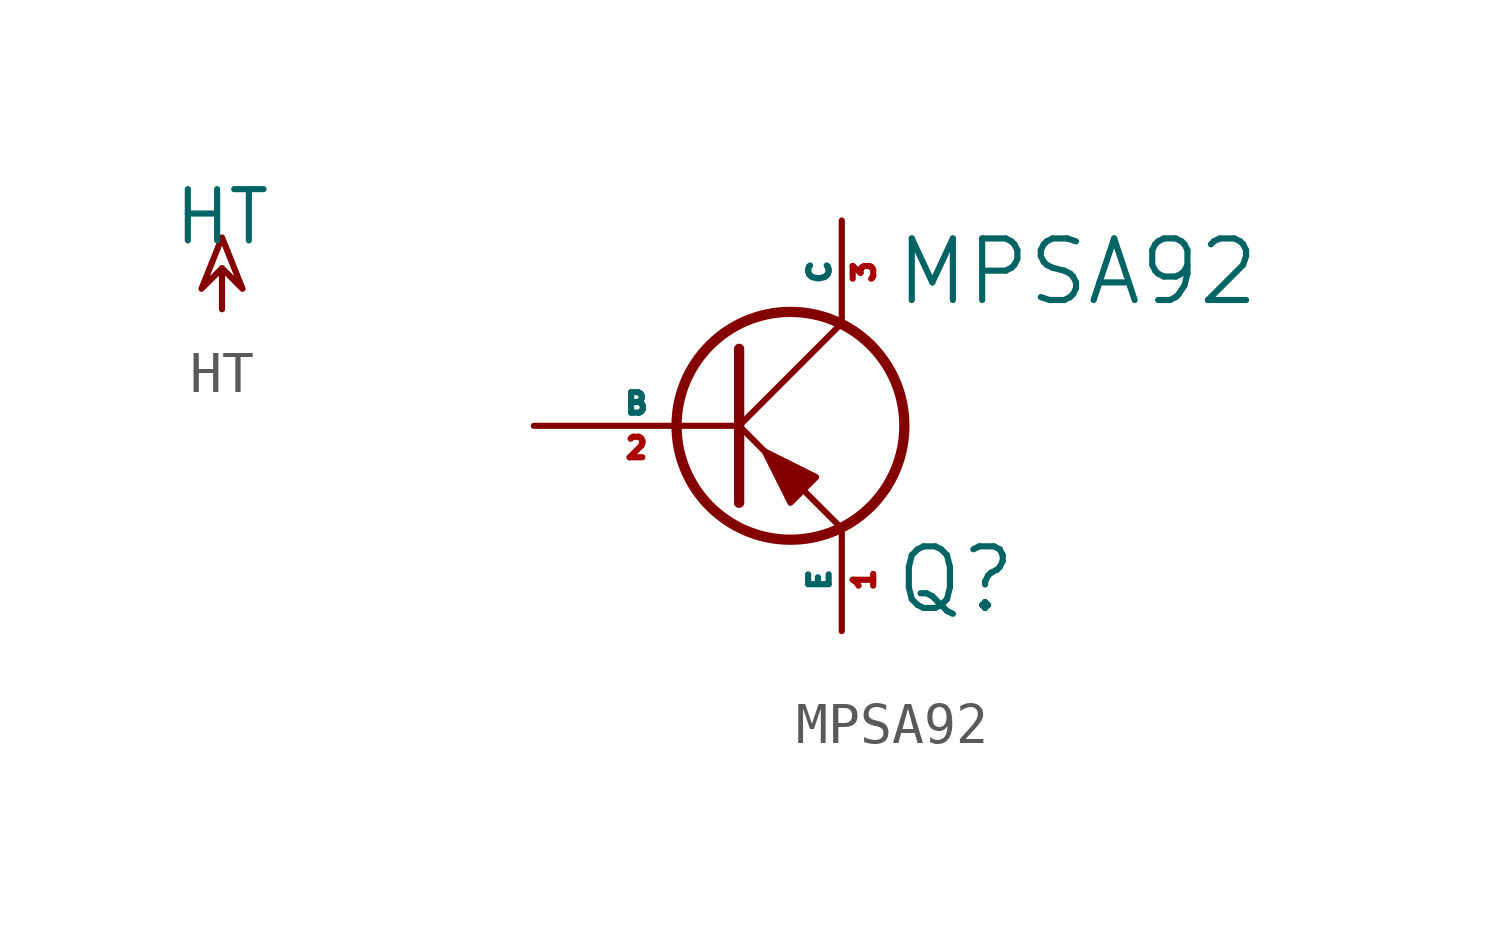
<source format=kicad_sym>
(kicad_symbol_lib
  (version 20241209)
  (generator "kicad_symbol_editor")
  (generator_version "9.0")
  (symbol "HT"
    (power)
    (pin_names
      (offset 0))
    (property "Reference" "#PWR"
      (at 0 3.048 0)
      (effects (font (size 1.27 1.27)) (hide yes)))
    (property "Value" "HT"
      (at 0 2.286 0)
      (effects (font (size 1.27 1.27))))
    (property "Footprint" ""
      (at 0 0 0)
      (effects (font (size 1.524 1.524))))
    (property "Datasheet" ""
      (at 0 0 0)
      (effects (font (size 1.524 1.524))))
    (symbol "HT_0_0"
      (pin power_in line (at 0 0 90) (length 0) (hide yes) (name "HT" (effects (font (size 0.508 0.508)))) (number "1" (effects (font (size 0.508 0.508))))))
    (symbol "HT_0_1"
      (polyline (pts (xy 0 1.016) (xy 0.508 0.508) (xy 0 1.778) (xy -0.508 0.508) (xy 0 1.016) (xy 0 1.016)) (stroke (width 0) (type default)) (fill (type none)))
      (polyline (pts (xy 0 0) (xy 0 1.016) (xy 0 1.016)) (stroke (width 0) (type default)) (fill (type none)))))
  (symbol "MPSA92"
    (pin_names
      (offset 0))
    (property "Reference" "Q"
      (at 3.81 -3.81 0)
      (effects (font (size 1.524 1.524)) (justify left)))
    (property "Value" "MPSA92"
      (at 3.81 3.81 0)
      (effects (font (size 1.524 1.524)) (justify left)))
    (property "Datasheet" ""
      (at 0 0 0)
      (effects (font (size 1.524 1.524))))
    (symbol "MPSA92_0_1"
      (polyline (pts (xy 0 1.905) (xy 0 -1.905) (xy 0 -1.905)) (stroke (width 0.254) (type default)) (fill (type outline)))
      (polyline (pts (xy 0 0) (xy 2.54 2.54)) (stroke (width 0) (type default)) (fill (type none)))
      (polyline (pts (xy 0.635 -0.635) (xy 0 0) (xy 0 0)) (stroke (width 0) (type default)) (fill (type none)))
      (polyline (pts (xy 0.635 -0.635) (xy 1.27 -1.905) (xy 1.905 -1.27) (xy 0.635 -0.635) (xy 0.635 -0.635)) (stroke (width 0) (type default)) (fill (type outline)))
      (circle (center 1.27 0) (radius 2.819) (stroke (width 0.254) (type default)) (fill (type none)))
      (polyline (pts (xy 2.54 -2.54) (xy 1.651 -1.651) (xy 1.651 -1.651)) (stroke (width 0) (type default)) (fill (type none))))
    (symbol "MPSA92_1_1"
      (pin input line (at -5.08 0 0) (length 5.08) (name "B" (effects (font (size 0.508 0.508)))) (number "2" (effects (font (size 0.508 0.508)))))
      (pin passive line (at 2.54 5.08 270) (length 2.54) (name "C" (effects (font (size 0.508 0.508)))) (number "3" (effects (font (size 0.508 0.508)))))
      (pin passive line (at 2.54 -5.08 90) (length 2.54) (name "E" (effects (font (size 0.508 0.508)))) (number "1" (effects (font (size 0.508 0.508))))))))
</source>
